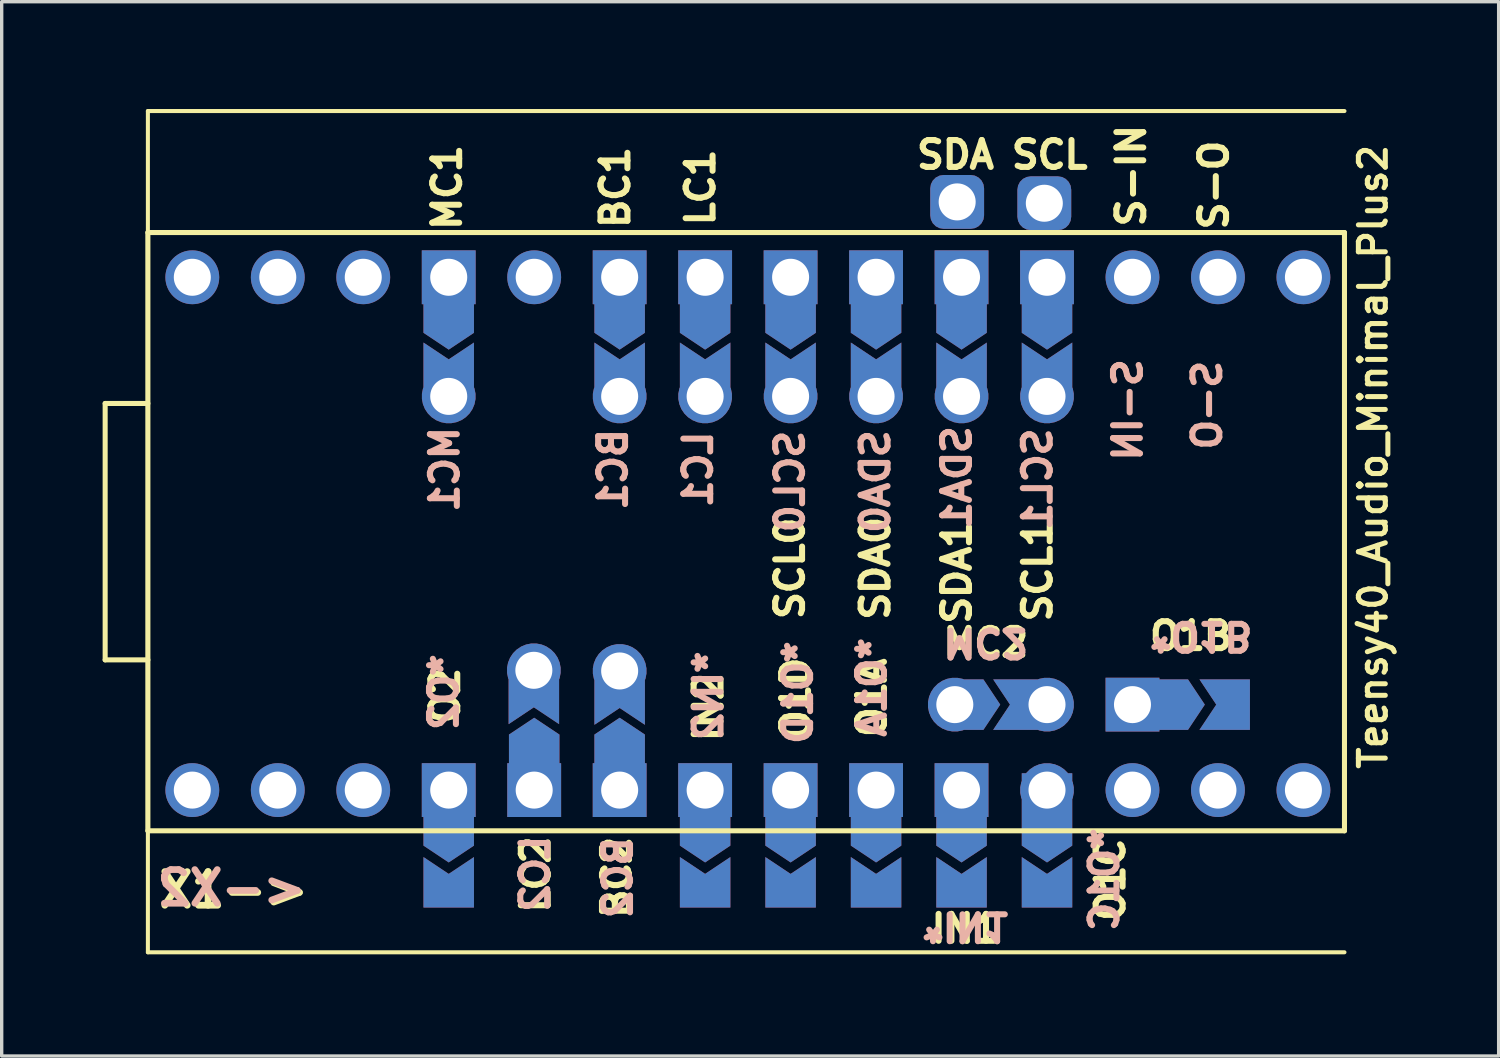
<source format=kicad_pcb>
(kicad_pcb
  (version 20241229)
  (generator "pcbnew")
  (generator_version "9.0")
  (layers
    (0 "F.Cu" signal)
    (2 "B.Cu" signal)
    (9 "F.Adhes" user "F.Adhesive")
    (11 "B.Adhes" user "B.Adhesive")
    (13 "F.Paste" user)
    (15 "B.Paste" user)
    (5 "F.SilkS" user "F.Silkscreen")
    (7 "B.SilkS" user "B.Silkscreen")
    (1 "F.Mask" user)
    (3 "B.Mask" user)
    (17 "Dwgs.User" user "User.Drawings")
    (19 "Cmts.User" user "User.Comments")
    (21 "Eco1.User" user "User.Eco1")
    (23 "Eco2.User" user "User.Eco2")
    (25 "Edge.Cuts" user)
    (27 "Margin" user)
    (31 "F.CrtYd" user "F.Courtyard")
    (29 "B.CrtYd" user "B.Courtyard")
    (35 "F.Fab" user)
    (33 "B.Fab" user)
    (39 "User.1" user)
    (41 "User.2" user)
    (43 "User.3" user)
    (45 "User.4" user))
  (footprint "Teensy40_Audio_Minimal_Plus2"
    (layer "F.Cu")
    (at 1.345 0.25)
    (property "Reference" "Teensy40_Audio_Minimal_Plus2" (at 36.411 10.277 270) (layer "F.SilkS") (effects (font (size 0.8 0.8) (thickness 0.15))))
    (attr through_hole)
    (fp_poly (pts (xy 8.255 6.16) (xy 9.652 6.223) (xy 9.652 7.62) (xy 8.255 7.556)) (stroke (width 0.1) (type solid)) (fill yes) (layer "F.Mask"))
    (fp_poly (pts (xy 9.632 23.576) (xy 8.235 23.576) (xy 8.235 21.544) (xy 9.632 21.544)) (stroke (width 0.1) (type solid)) (fill yes) (layer "F.Mask"))
    (fp_poly (pts (xy 10.795 17.462) (xy 12.192 17.526) (xy 12.192 18.923) (xy 10.795 18.86)) (stroke (width 0.1) (type solid)) (fill yes) (layer "F.Mask"))
    (fp_poly (pts (xy 13.335 6.096) (xy 14.732 6.16) (xy 14.732 7.556) (xy 13.335 7.493)) (stroke (width 0.1) (type solid)) (fill yes) (layer "F.Mask"))
    (fp_poly (pts (xy 13.335 17.447) (xy 14.732 17.511) (xy 14.732 18.908) (xy 13.335 18.844)) (stroke (width 0.1) (type solid)) (fill yes) (layer "F.Mask"))
    (fp_poly (pts (xy 15.875 6.16) (xy 17.272 6.223) (xy 17.272 7.62) (xy 15.875 7.556)) (stroke (width 0.1) (type solid)) (fill yes) (layer "F.Mask"))
    (fp_poly (pts (xy 17.272 23.622) (xy 15.875 23.622) (xy 15.875 21.59) (xy 17.272 21.59)) (stroke (width 0.1) (type solid)) (fill yes) (layer "F.Mask"))
    (fp_poly (pts (xy 18.415 6.223) (xy 19.812 6.287) (xy 19.812 7.684) (xy 18.415 7.62)) (stroke (width 0.1) (type solid)) (fill yes) (layer "F.Mask"))
    (fp_poly (pts (xy 19.812 23.622) (xy 18.415 23.622) (xy 18.415 21.59) (xy 19.812 21.59)) (stroke (width 0.1) (type solid)) (fill yes) (layer "F.Mask"))
    (fp_poly (pts (xy 20.955 6.223) (xy 22.352 6.287) (xy 22.352 7.684) (xy 20.955 7.62)) (stroke (width 0.1) (type solid)) (fill yes) (layer "F.Mask"))
    (fp_poly (pts (xy 22.352 23.622) (xy 20.955 23.622) (xy 20.955 21.59) (xy 22.352 21.59)) (stroke (width 0.1) (type solid)) (fill yes) (layer "F.Mask"))
    (fp_poly (pts (xy 23.495 6.096) (xy 24.892 6.16) (xy 24.892 7.556) (xy 23.495 7.493)) (stroke (width 0.1) (type solid)) (fill yes) (layer "F.Mask"))
    (fp_poly (pts (xy 24.892 23.622) (xy 23.495 23.622) (xy 23.495 21.59) (xy 24.892 21.59)) (stroke (width 0.1) (type solid)) (fill yes) (layer "F.Mask"))
    (fp_poly (pts (xy 25.971 16.954) (xy 25.908 18.352) (xy 24.511 18.352) (xy 24.575 16.954)) (stroke (width 0.1) (type solid)) (fill yes) (layer "F.Mask"))
    (fp_poly (pts (xy 26.035 6.223) (xy 27.432 6.287) (xy 27.432 7.684) (xy 26.035 7.62)) (stroke (width 0.1) (type solid)) (fill yes) (layer "F.Mask"))
    (fp_poly (pts (xy 27.396 23.332) (xy 25.999 23.332) (xy 25.999 21.3) (xy 27.396 21.3)) (stroke (width 0.1) (type solid)) (fill yes) (layer "F.Mask"))
    (fp_poly (pts (xy 31.941 16.954) (xy 31.877 18.352) (xy 30.48 18.352) (xy 30.544 16.954)) (stroke (width 0.1) (type solid)) (fill yes) (layer "F.Mask"))
    (fp_poly (pts (xy 8.255 6.16) (xy 9.652 6.223) (xy 9.652 7.62) (xy 8.255 7.556)) (stroke (width 0.1) (type solid)) (fill yes) (layer "B.Mask"))
    (fp_poly (pts (xy 9.632 23.576) (xy 8.235 23.576) (xy 8.235 21.544) (xy 9.632 21.544)) (stroke (width 0.1) (type solid)) (fill yes) (layer "B.Mask"))
    (fp_poly (pts (xy 10.795 17.462) (xy 12.192 17.526) (xy 12.192 18.923) (xy 10.795 18.86)) (stroke (width 0.1) (type solid)) (fill yes) (layer "B.Mask"))
    (fp_poly (pts (xy 13.284 17.455) (xy 14.681 17.518) (xy 14.681 18.915) (xy 13.284 18.852)) (stroke (width 0.1) (type solid)) (fill yes) (layer "B.Mask"))
    (fp_poly (pts (xy 13.335 6.096) (xy 14.732 6.16) (xy 14.732 7.556) (xy 13.335 7.493)) (stroke (width 0.1) (type solid)) (fill yes) (layer "B.Mask"))
    (fp_poly (pts (xy 15.875 6.16) (xy 17.272 6.223) (xy 17.272 7.62) (xy 15.875 7.556)) (stroke (width 0.1) (type solid)) (fill yes) (layer "B.Mask"))
    (fp_poly (pts (xy 17.272 23.622) (xy 15.875 23.622) (xy 15.875 21.59) (xy 17.272 21.59)) (stroke (width 0.1) (type solid)) (fill yes) (layer "B.Mask"))
    (fp_poly (pts (xy 18.415 6.223) (xy 19.812 6.287) (xy 19.812 7.684) (xy 18.415 7.62)) (stroke (width 0.1) (type solid)) (fill yes) (layer "B.Mask"))
    (fp_poly (pts (xy 19.812 23.622) (xy 18.415 23.622) (xy 18.415 21.59) (xy 19.812 21.59)) (stroke (width 0.1) (type solid)) (fill yes) (layer "B.Mask"))
    (fp_poly (pts (xy 20.955 6.223) (xy 22.352 6.287) (xy 22.352 7.684) (xy 20.955 7.62)) (stroke (width 0.1) (type solid)) (fill yes) (layer "B.Mask"))
    (fp_poly (pts (xy 22.352 23.622) (xy 20.955 23.622) (xy 20.955 21.59) (xy 22.352 21.59)) (stroke (width 0.1) (type solid)) (fill yes) (layer "B.Mask"))
    (fp_poly (pts (xy 23.495 6.096) (xy 24.892 6.16) (xy 24.892 7.556) (xy 23.495 7.493)) (stroke (width 0.1) (type solid)) (fill yes) (layer "B.Mask"))
    (fp_poly (pts (xy 24.892 23.622) (xy 23.495 23.622) (xy 23.495 21.59) (xy 24.892 21.59)) (stroke (width 0.1) (type solid)) (fill yes) (layer "B.Mask"))
    (fp_poly (pts (xy 25.971 16.954) (xy 25.908 18.352) (xy 24.511 18.352) (xy 24.575 16.954)) (stroke (width 0.1) (type solid)) (fill yes) (layer "B.Mask"))
    (fp_poly (pts (xy 26.035 6.223) (xy 27.432 6.287) (xy 27.432 7.684) (xy 26.035 7.62)) (stroke (width 0.1) (type solid)) (fill yes) (layer "B.Mask"))
    (fp_poly (pts (xy 27.396 23.368) (xy 25.999 23.368) (xy 25.999 21.336) (xy 27.396 21.336)) (stroke (width 0.1) (type solid)) (fill yes) (layer "B.Mask"))
    (fp_poly (pts (xy 31.941 16.954) (xy 31.877 18.352) (xy 30.48 18.352) (xy 30.544 16.954)) (stroke (width 0.1) (type solid)) (fill yes) (layer "B.Mask"))
    (fp_line (start -1.27 8.69) (end 0 8.69) (stroke (width 0.15) (type solid)) (layer "F.SilkS"))
    (fp_line (start -1.27 16.31) (end -1.27 8.69) (stroke (width 0.15) (type solid)) (layer "F.SilkS"))
    (fp_line (start 0 0) (end 0 25) (stroke (width 0.12) (type solid)) (layer "F.SilkS"))
    (fp_line (start 0 0) (end 35.56 0) (stroke (width 0.12) (type solid)) (layer "F.SilkS"))
    (fp_line (start 0 3.61) (end 0 21.39) (stroke (width 0.15) (type solid)) (layer "F.SilkS"))
    (fp_line (start 0 16.31) (end -1.27 16.31) (stroke (width 0.15) (type solid)) (layer "F.SilkS"))
    (fp_line (start 0 21.39) (end 35.56 21.39) (stroke (width 0.15) (type solid)) (layer "F.SilkS"))
    (fp_line (start 0 25) (end 35.56 25) (stroke (width 0.12) (type solid)) (layer "F.SilkS"))
    (fp_line (start 35.56 3.61) (end 0 3.61) (stroke (width 0.15) (type solid)) (layer "F.SilkS"))
    (fp_line (start 35.56 21.39) (end 35.56 3.61) (stroke (width 0.15) (type solid)) (layer "F.SilkS"))
    (fp_text user "SCL" (at 26.8 1.3 0) (layer "F.SilkS") (effects (font (size 0.8 0.8) (thickness 0.18))))
    (fp_text user "SDA0" (at 21.62 13.59 90) (layer "F.SilkS") (effects (font (size 0.8 0.8) (thickness 0.18))))
    (fp_text user "O1C" (at 28.605 22.84 90) (layer "F.SilkS") (effects (font (size 0.8 0.8) (thickness 0.18))))
    (fp_text user "MC1" (at 8.89 2.27 90) (layer "F.SilkS") (effects (font (size 0.8 0.8) (thickness 0.18))))
    (fp_text user "O2" (at 8.833 17.37 90) (layer "F.SilkS") (effects (font (size 0.8 0.8) (thickness 0.18))))
    (fp_text user "SDA" (at 24 1.3 0) (layer "F.SilkS") (effects (font (size 0.8 0.8) (thickness 0.18))))
    (fp_text user "S-IN" (at 29.22 1.92 90) (layer "F.SilkS") (effects (font (size 0.8 0.8) (thickness 0.18))))
    (fp_text user "X1->" (at 2.55 23.15 0) (layer "F.SilkS") (effects (font (size 1 1) (thickness 0.2))))
    (fp_text user "SCL1" (at 26.44 13.66 90) (layer "F.SilkS") (effects (font (size 0.8 0.8) (thickness 0.18))))
    (fp_text user "SCL0" (at 19.08 13.59 90) (layer "F.SilkS") (effects (font (size 0.8 0.8) (thickness 0.18))))
    (fp_text user "BC2" (at 13.934 22.774 90) (layer "F.SilkS") (effects (font (size 0.8 0.8) (thickness 0.18))))
    (fp_text user "MC2" (at 24.9 15.8 0) (layer "F.SilkS") (effects (font (size 0.8 0.8) (thickness 0.18))))
    (fp_text user "O1B" (at 31 15.6 0) (layer "F.SilkS") (effects (font (size 0.8 0.8) (thickness 0.18))))
    (fp_text user "BC1" (at 13.89 2.27 90) (layer "F.SilkS") (effects (font (size 0.8 0.8) (thickness 0.18))))
    (fp_text user "O1A" (at 21.514 17.435 90) (layer "F.SilkS") (effects (font (size 0.8 0.8) (thickness 0.18))))
    (fp_text user "SDA1" (at 24.04 13.71 90) (layer "F.SilkS") (effects (font (size 0.8 0.8) (thickness 0.18))))
    (fp_text user "LC2" (at 11.521 22.687 90) (layer "F.SilkS") (effects (font (size 0.8 0.8) (thickness 0.18))))
    (fp_text user "IN2" (at 16.657 17.714 90) (layer "F.SilkS") (effects (font (size 0.8 0.8) (thickness 0.18))))
    (fp_text user "S-O" (at 31.68 2.2 90) (layer "F.SilkS") (effects (font (size 0.8 0.8) (thickness 0.18))))
    (fp_text user "IN1" (at 24.298 24.298 180) (layer "F.SilkS") (effects (font (size 0.8 0.8) (thickness 0.18))))
    (fp_text user "LC1" (at 16.42 2.27 90) (layer "F.SilkS") (effects (font (size 0.8 0.8) (thickness 0.18))))
    (fp_text user "O1D" (at 19.258 17.465 90) (layer "F.SilkS") (effects (font (size 0.8 0.8) (thickness 0.18))))
    (fp_text user "MC1" (at 8.82 10.65 90) (layer "B.SilkS") (effects (font (size 0.8 0.8) (thickness 0.18)) (justify mirror)))
    (fp_text user "*IN1" (at 24.323 24.232 180) (unlocked yes) (layer "B.SilkS") (effects (font (size 0.8 0.8) (thickness 0.18)) (justify mirror)))
    (fp_text user "S-IN" (at 29.12 8.88 90) (layer "B.SilkS") (effects (font (size 0.8 0.8) (thickness 0.18)) (justify mirror)))
    (fp_text user "LC1" (at 16.35 10.65 90) (layer "B.SilkS") (effects (font (size 0.8 0.8) (thickness 0.18)) (justify mirror)))
    (fp_text user "SCL1" (at 26.44 10.94 90) (layer "B.SilkS") (effects (font (size 0.8 0.8) (thickness 0.18)) (justify mirror)))
    (fp_text user "*O1A" (at 21.514 17.125 90) (layer "B.SilkS") (effects (font (size 0.8 0.8) (thickness 0.18)) (justify mirror)))
    (fp_text user "*O1C" (at 28.423 22.84 90) (layer "B.SilkS") (effects (font (size 0.8 0.8) (thickness 0.18)) (justify mirror)))
    (fp_text user "*O1B" (at 31.3 15.6 180) (unlocked yes) (layer "B.SilkS") (effects (font (size 0.8 0.8) (thickness 0.18)) (justify mirror)))
    (fp_text user "SDA0" (at 21.62 11.01 90) (layer "B.SilkS") (effects (font (size 0.8 0.8) (thickness 0.18)) (justify mirror)))
    (fp_text user "*IN2" (at 16.657 17.374 90) (unlocked yes) (layer "B.SilkS") (effects (font (size 0.8 0.8) (thickness 0.18)) (justify mirror)))
    (fp_text user "LC2" (at 11.506 22.667 90) (layer "B.SilkS") (effects (font (size 0.8 0.8) (thickness 0.18)) (justify mirror)))
    (fp_text user "*O2" (at 8.793 17.268 90) (layer "B.SilkS") (effects (font (size 0.8 0.8) (thickness 0.18)) (justify mirror)))
    (fp_text user "MC2" (at 24.9 15.8 180) (unlocked yes) (layer "B.SilkS") (effects (font (size 0.8 0.8) (thickness 0.18)) (justify mirror)))
    (fp_text user "<-X2" (at 2.49 23.09 0) (layer "B.SilkS") (effects (font (size 1 1) (thickness 0.2)) (justify mirror)))
    (fp_text user "*O1D" (at 19.319 17.282 90) (layer "B.SilkS") (effects (font (size 0.8 0.8) (thickness 0.18)) (justify mirror)))
    (fp_text user "SCL0" (at 19.08 11.01 90) (layer "B.SilkS") (effects (font (size 0.8 0.8) (thickness 0.18)) (justify mirror)))
    (fp_text user "S-O" (at 31.48 8.74 90) (layer "B.SilkS") (effects (font (size 0.8 0.8) (thickness 0.18)) (justify mirror)))
    (fp_text user "BC1" (at 13.82 10.65 90) (layer "B.SilkS") (effects (font (size 0.8 0.8) (thickness 0.18)) (justify mirror)))
    (fp_text user "BC2" (at 13.967 22.784 90) (layer "B.SilkS") (effects (font (size 0.8 0.8) (thickness 0.18)) (justify mirror)))
    (fp_text user "SDA1" (at 24.04 10.89 90) (layer "B.SilkS") (effects (font (size 0.8 0.8) (thickness 0.18)) (justify mirror)))
    (pad "1" thru_hole circle (at 1.32 20.18) (size 1.6 1.6) (drill 1.1) (layers "*.Cu" "*.Mask"))
    (pad "2" thru_hole circle (at 3.86 20.18) (size 1.6 1.6) (drill 1.1) (layers "*.Cu" "*.Mask"))
    (pad "3" thru_hole circle (at 6.4 20.18 90) (size 1.6 1.6) (drill 1.1) (layers "*.Cu" "*.Mask"))
    (pad "4" thru_hole custom (at 8.94 20.18 90) (size 1.6 1.6) (drill 1.1) (layers "*.Cu" "*.Mask") (options (anchor rect)) (primitives (gr_poly (pts (xy -1.65 -0.75) (xy 0.5 -0.75) (xy 0.5 0.75) (xy -1.65 0.75) (xy -2.15 0)) (width 0) (fill yes))))
    (pad "5" thru_hole custom (at 11.48 20.18 270) (size 1.6 1.6) (drill 1.1) (layers "*.Cu" "*.Mask") (options (anchor rect)) (primitives (gr_poly (pts (xy -1.65 -0.75) (xy 0.5 -0.75) (xy 0.5 0.75) (xy -1.65 0.75) (xy -2.15 0)) (width 0) (fill yes))))
    (pad "6" thru_hole custom (at 14.02 20.18 270) (size 1.6 1.6) (drill 1.1) (layers "*.Cu" "*.Mask") (options (anchor rect)) (primitives (gr_poly (pts (xy -1.65 -0.75) (xy 0.5 -0.75) (xy 0.5 0.75) (xy -1.65 0.75) (xy -2.15 0)) (width 0) (fill yes))))
    (pad "7" thru_hole custom (at 16.56 20.18 90) (size 1.6 1.6) (drill 1.1) (layers "*.Cu" "*.Mask") (options (anchor rect)) (primitives (gr_poly (pts (xy -1.65 -0.75) (xy 0.5 -0.75) (xy 0.5 0.75) (xy -1.65 0.75) (xy -2.15 0)) (width 0) (fill yes))))
    (pad "8" thru_hole custom (at 19.1 20.18 90) (size 1.6 1.6) (drill 1.1) (layers "*.Cu" "*.Mask") (options (anchor rect)) (primitives (gr_poly (pts (xy -1.65 -0.75) (xy 0.5 -0.75) (xy 0.5 0.75) (xy -1.65 0.75) (xy -2.15 0)) (width 0) (fill yes))))
    (pad "9" thru_hole custom (at 21.64 20.18 90) (size 1.6 1.6) (drill 1.1) (layers "*.Cu" "*.Mask") (options (anchor rect)) (primitives (gr_poly (pts (xy -1.65 -0.75) (xy 0.5 -0.75) (xy 0.5 0.75) (xy -1.65 0.75) (xy -2.15 0)) (width 0) (fill yes))))
    (pad "10" thru_hole custom (at 24.18 20.18 90) (size 1.6 1.6) (drill 1.1) (layers "*.Cu" "*.Mask") (options (anchor rect)) (primitives (gr_poly (pts (xy -1.65 -0.75) (xy 0.5 -0.75) (xy 0.5 0.75) (xy -1.65 0.75) (xy -2.15 0)) (width 0) (fill yes))))
    (pad "11" thru_hole custom (at 26.72 20.18 90) (size 1.6 1.6) (drill 1.1) (layers "*.Cu" "*.Mask") (options (anchor circle)) (primitives (gr_poly (pts (xy -1.65 -0.75) (xy 0.5 -0.75) (xy 0.5 0.75) (xy -1.65 0.75) (xy -2.15 0)) (width 0) (fill yes))))
    (pad "12" thru_hole circle (at 29.26 20.18) (size 1.6 1.6) (drill 1.1) (layers "*.Cu" "*.Mask"))
    (pad "13" thru_hole circle (at 31.8 20.18) (size 1.6 1.6) (drill 1.1) (layers "*.Cu" "*.Mask"))
    (pad "14" thru_hole circle (at 34.34 20.18) (size 1.6 1.6) (drill 1.1) (layers "*.Cu" "*.Mask"))
    (pad "20" thru_hole circle (at 34.34 4.94) (size 1.6 1.6) (drill 1.1) (layers "*.Cu" "*.Mask"))
    (pad "21" thru_hole circle (at 31.8 4.94) (size 1.6 1.6) (drill 1.1) (layers "*.Cu" "*.Mask"))
    (pad "22" thru_hole circle (at 29.26 4.94) (size 1.6 1.6) (drill 1.1) (layers "*.Cu" "*.Mask"))
    (pad "23" thru_hole custom (at 26.72 4.94 90) (size 1.6 1.6) (drill 1.1) (layers "*.Cu" "*.Mask") (options (anchor rect)) (primitives (gr_poly (pts (xy -1.65 -0.75) (xy 0.5 -0.75) (xy 0.5 0.75) (xy -1.65 0.75) (xy -2.15 0)) (width 0) (fill yes))))
    (pad "24" thru_hole custom (at 24.18 4.94 90) (size 1.6 1.6) (drill 1.1) (layers "*.Cu" "*.Mask") (options (anchor rect)) (primitives (gr_poly (pts (xy -1.65 -0.75) (xy 0.5 -0.75) (xy 0.5 0.75) (xy -1.65 0.75) (xy -2.15 0)) (width 0) (fill yes))))
    (pad "25" thru_hole custom (at 21.64 4.94 90) (size 1.6 1.6) (drill 1.1) (layers "*.Cu" "*.Mask") (options (anchor rect)) (primitives (gr_poly (pts (xy -1.65 -0.75) (xy 0.5 -0.75) (xy 0.5 0.75) (xy -1.65 0.75) (xy -2.15 0)) (width 0) (fill yes))))
    (pad "26" thru_hole custom (at 19.1 4.94 90) (size 1.6 1.6) (drill 1.1) (layers "*.Cu" "*.Mask") (options (anchor rect)) (primitives (gr_poly (pts (xy -1.65 -0.75) (xy 0.5 -0.75) (xy 0.5 0.75) (xy -1.65 0.75) (xy -2.15 0)) (width 0) (fill yes))))
    (pad "27" thru_hole custom (at 16.56 4.94 90) (size 1.6 1.6) (drill 1.1) (layers "*.Cu" "*.Mask") (options (anchor rect)) (primitives (gr_poly (pts (xy -1.65 -0.75) (xy 0.5 -0.75) (xy 0.5 0.75) (xy -1.65 0.75) (xy -2.15 0)) (width 0) (fill yes))))
    (pad "28" thru_hole custom (at 14.02 4.94 90) (size 1.6 1.6) (drill 1.1) (layers "*.Cu" "*.Mask") (options (anchor rect)) (primitives (gr_poly (pts (xy -1.65 -0.75) (xy 0.5 -0.75) (xy 0.5 0.75) (xy -1.65 0.75) (xy -2.15 0)) (width 0) (fill yes))))
    (pad "29" thru_hole circle (at 11.48 4.94) (size 1.6 1.6) (drill 1.1) (layers "*.Cu" "*.Mask"))
    (pad "30" thru_hole custom (at 8.94 4.94 90) (size 1.6 1.6) (drill 1.1) (layers "*.Cu" "*.Mask") (options (anchor rect)) (primitives (gr_poly (pts (xy -1.65 -0.75) (xy 0.5 -0.75) (xy 0.5 0.75) (xy -1.65 0.75) (xy -2.15 0)) (width 0) (fill yes))))
    (pad "31" thru_hole circle (at 6.4 4.94) (size 1.6 1.6) (drill 1.1) (layers "*.Cu" "*.Mask"))
    (pad "32" thru_hole circle (at 3.86 4.94) (size 1.6 1.6) (drill 1.1) (layers "*.Cu" "*.Mask"))
    (pad "33" thru_hole circle (at 1.32 4.94) (size 1.6 1.6) (drill 1.1) (layers "*.Cu" "*.Mask"))
    (pad "43" thru_hole custom (at 29.26 17.64 180) (size 1.6 1.6) (drill 1.1) (layers "*.Cu" "*.Mask") (options (anchor rect)) (primitives (gr_poly (pts (xy -1.65 -0.75) (xy 0.5 -0.75) (xy 0.5 0.75) (xy -1.65 0.75) (xy -2.15 0)) (width 0) (fill yes))))
    (pad "44" thru_hole custom (at 26.72 17.64) (size 1.6 1.6) (drill 1.1) (layers "*.Cu" "*.Mask") (options (anchor circle)) (primitives (gr_poly (pts (xy -1.6 -0.75) (xy 0.25 -0.75) (xy 0.25 0.75) (xy -1.6 0.75) (xy -1.1 0)) (width 0) (fill yes))))
    (pad "C1" thru_hole custom (at 21.64 8.48 270) (size 1.6 1.6) (drill 1.1) (layers "*.Cu" "*.Mask") (options (anchor circle)) (primitives (gr_poly (pts (xy -1.6 -0.75) (xy 0.25 -0.75) (xy 0.25 0.75) (xy -1.6 0.75) (xy -1.1 0)) (width 0) (fill yes))))
    (pad "C1" thru_hole roundrect (at 24.05 2.7) (size 1.6 1.6) (drill 1.1) (layers "*.Cu" "*.Mask") (roundrect_rratio 0.25))
    (pad "C1" thru_hole custom (at 24.18 8.48 270) (size 1.6 1.6) (drill 1.1) (layers "*.Cu" "*.Mask") (options (anchor circle)) (primitives (gr_poly (pts (xy -1.6 -0.75) (xy 0.25 -0.75) (xy 0.25 0.75) (xy -1.6 0.75) (xy -1.1 0)) (width 0) (fill yes))))
    (pad "C2" thru_hole custom (at 19.1 8.48 270) (size 1.6 1.6) (drill 1.1) (layers "*.Cu" "*.Mask") (options (anchor circle)) (primitives (gr_poly (pts (xy -1.6 -0.75) (xy 0.25 -0.75) (xy 0.25 0.75) (xy -1.6 0.75) (xy -1.1 0)) (width 0) (fill yes))))
    (pad "C2" thru_hole roundrect (at 26.64 2.74) (size 1.6 1.6) (drill 1.1) (layers "*.Cu" "*.Mask") (roundrect_rratio 0.25))
    (pad "C2" thru_hole custom (at 26.72 8.48 270) (size 1.6 1.6) (drill 1.1) (layers "*.Cu" "*.Mask") (options (anchor circle)) (primitives (gr_poly (pts (xy -1.6 -0.75) (xy 0.25 -0.75) (xy 0.25 0.75) (xy -1.6 0.75) (xy -1.1 0)) (width 0) (fill yes))))
    (pad "S1" thru_hole custom (at 8.94 8.48 270) (size 1.6 1.6) (drill 1.1) (layers "*.Cu" "*.Mask") (options (anchor circle)) (primitives (gr_poly (pts (xy -1.6 -0.75) (xy 0.25 -0.75) (xy 0.25 0.75) (xy -1.6 0.75) (xy -1.1 0)) (width 0) (fill yes))))
    (pad "S1" thru_hole custom (at 23.98 17.64 180) (size 1.6 1.6) (drill 1.1) (layers "*.Cu" "*.Mask") (options (anchor circle)) (primitives (gr_poly (pts (xy -0.85 -0.75) (xy 0.25 -0.75) (xy 0.25 0.75) (xy -0.85 0.75) (xy -1.35 0)) (width 0) (fill yes))))
    (pad "S2" thru_hole custom (at 11.47 16.62 90) (size 1.6 1.6) (drill 1.1) (layers "*.Cu" "*.Mask") (options (anchor circle)) (primitives (gr_poly (pts (xy -1.6 -0.75) (xy 0.25 -0.75) (xy 0.25 0.75) (xy -1.6 0.75) (xy -1.1 0)) (width 0) (fill yes))))
    (pad "S2" thru_hole custom (at 16.56 8.48 270) (size 1.6 1.6) (drill 1.1) (layers "*.Cu" "*.Mask") (options (anchor circle)) (primitives (gr_poly (pts (xy -1.6 -0.75) (xy 0.25 -0.75) (xy 0.25 0.75) (xy -1.6 0.75) (xy -1.1 0)) (width 0) (fill yes))))
    (pad "S3" thru_hole custom (at 14.02 8.48 270) (size 1.6 1.6) (drill 1.1) (layers "*.Cu" "*.Mask") (options (anchor circle)) (primitives (gr_poly (pts (xy -1.6 -0.75) (xy 0.25 -0.75) (xy 0.25 0.75) (xy -1.6 0.75) (xy -1.1 0)) (width 0) (fill yes))))
    (pad "S3" thru_hole custom (at 14.02 16.64 90) (size 1.6 1.6) (drill 1.1) (layers "*.Cu" "*.Mask") (options (anchor circle)) (primitives (gr_poly (pts (xy -1.6 -0.75) (xy 0.25 -0.75) (xy 0.25 0.75) (xy -1.6 0.75) (xy -1.1 0)) (width 0) (fill yes))))
    (pad "X1" smd custom (at 8.94 22.92 270) (size 0.5 0.5) (layers "F.Cu" "F.Mask") (options (anchor rect)) (primitives (gr_poly (pts (xy -0.75 -0.75) (xy 0.75 -0.75) (xy 0.75 0.75) (xy -0.75 0.75) (xy -0.25 0)) (width 0) (fill yes))))
    (pad "X1" smd custom (at 16.56 22.92 270) (size 0.5 1.5) (layers "F.Cu" "F.Mask") (options (anchor rect)) (primitives (gr_poly (pts (xy -0.75 -0.75) (xy 0.75 -0.75) (xy 0.75 0.75) (xy -0.75 0.75) (xy -0.25 0)) (width 0) (fill yes))))
    (pad "X1" smd custom (at 19.1 22.92 270) (size 0.5 1.5) (layers "F.Cu" "F.Mask") (options (anchor rect)) (primitives (gr_poly (pts (xy -0.75 -0.75) (xy 0.75 -0.75) (xy 0.75 0.75) (xy -0.75 0.75) (xy -0.25 0)) (width 0) (fill yes))))
    (pad "X1" smd custom (at 21.64 22.92 270) (size 0.5 1.5) (layers "F.Cu" "F.Mask") (options (anchor rect)) (primitives (gr_poly (pts (xy -0.75 -0.75) (xy 0.75 -0.75) (xy 0.75 0.75) (xy -0.75 0.75) (xy -0.25 0)) (width 0) (fill yes))))
    (pad "X1" smd custom (at 24.18 22.92 270) (size 0.5 1.5) (layers "F.Cu" "F.Mask") (options (anchor rect)) (primitives (gr_poly (pts (xy -0.75 -0.75) (xy 0.75 -0.75) (xy 0.75 0.75) (xy -0.75 0.75) (xy -0.25 0)) (width 0) (fill yes))))
    (pad "X1" smd custom (at 26.72 22.92 270) (size 0.5 1.5) (layers "F.Cu" "F.Mask") (options (anchor rect)) (primitives (gr_poly (pts (xy -0.75 -0.75) (xy 0.75 -0.75) (xy 0.75 0.75) (xy -0.75 0.75) (xy -0.25 0)) (width 0) (fill yes))))
    (pad "X1" smd custom (at 32 17.64) (size 0.5 1.5) (layers "F.Cu" "F.Mask") (options (anchor rect)) (primitives (gr_poly (pts (xy -0.75 -0.75) (xy 0.75 -0.75) (xy 0.75 0.75) (xy -0.75 0.75) (xy -0.25 0)) (width 0) (fill yes))))
    (pad "X2" smd custom (at 8.94 22.92 270) (size 0.5 1.5) (layers "B.Cu" "B.Mask") (options (anchor rect)) (primitives (gr_poly (pts (xy -0.75 -0.75) (xy 0.75 -0.75) (xy 0.75 0.75) (xy -0.75 0.75) (xy -0.25 0)) (width 0) (fill yes))))
    (pad "X2" smd custom (at 16.56 22.92 270) (size 0.5 1.5) (layers "B.Cu" "B.Mask") (options (anchor rect)) (primitives (gr_poly (pts (xy -0.75 -0.75) (xy 0.75 -0.75) (xy 0.75 0.75) (xy -0.75 0.75) (xy -0.25 0)) (width 0) (fill yes))))
    (pad "X2" smd custom (at 19.1 22.92 270) (size 0.5 1.5) (layers "B.Cu" "B.Mask") (options (anchor rect)) (primitives (gr_poly (pts (xy -0.75 -0.75) (xy 0.75 -0.75) (xy 0.75 0.75) (xy -0.75 0.75) (xy -0.25 0)) (width 0) (fill yes))))
    (pad "X2" smd custom (at 21.64 22.92 270) (size 0.5 1.5) (layers "B.Cu" "B.Mask") (options (anchor rect)) (primitives (gr_poly (pts (xy -0.75 -0.75) (xy 0.75 -0.75) (xy 0.75 0.75) (xy -0.75 0.75) (xy -0.25 0)) (width 0) (fill yes))))
    (pad "X2" smd custom (at 24.18 22.92 270) (size 0.5 1.5) (layers "B.Cu" "B.Mask") (options (anchor rect)) (primitives (gr_poly (pts (xy -0.75 -0.75) (xy 0.75 -0.75) (xy 0.75 0.75) (xy -0.75 0.75) (xy -0.25 0)) (width 0) (fill yes))))
    (pad "X2" smd custom (at 26.72 22.92 270) (size 0.5 1.5) (layers "B.Cu" "B.Mask") (options (anchor rect)) (primitives (gr_poly (pts (xy -0.75 -0.75) (xy 0.75 -0.75) (xy 0.75 0.75) (xy -0.75 0.75) (xy -0.25 0)) (width 0) (fill yes))))
    (pad "X2" smd custom (at 32 17.64) (size 0.5 1.5) (layers "B.Cu" "B.Mask") (options (anchor rect)) (primitives (gr_poly (pts (xy -0.75 -0.75) (xy 0.75 -0.75) (xy 0.75 0.75) (xy -0.75 0.75) (xy -0.25 0)) (width 0) (fill yes)))))
  (gr_rect
    (start -3 -3)
    (end 41.487 28.332)
    (stroke (width 0.1) (type default))
    (fill no)
    (layer "Edge.Cuts")))
</source>
